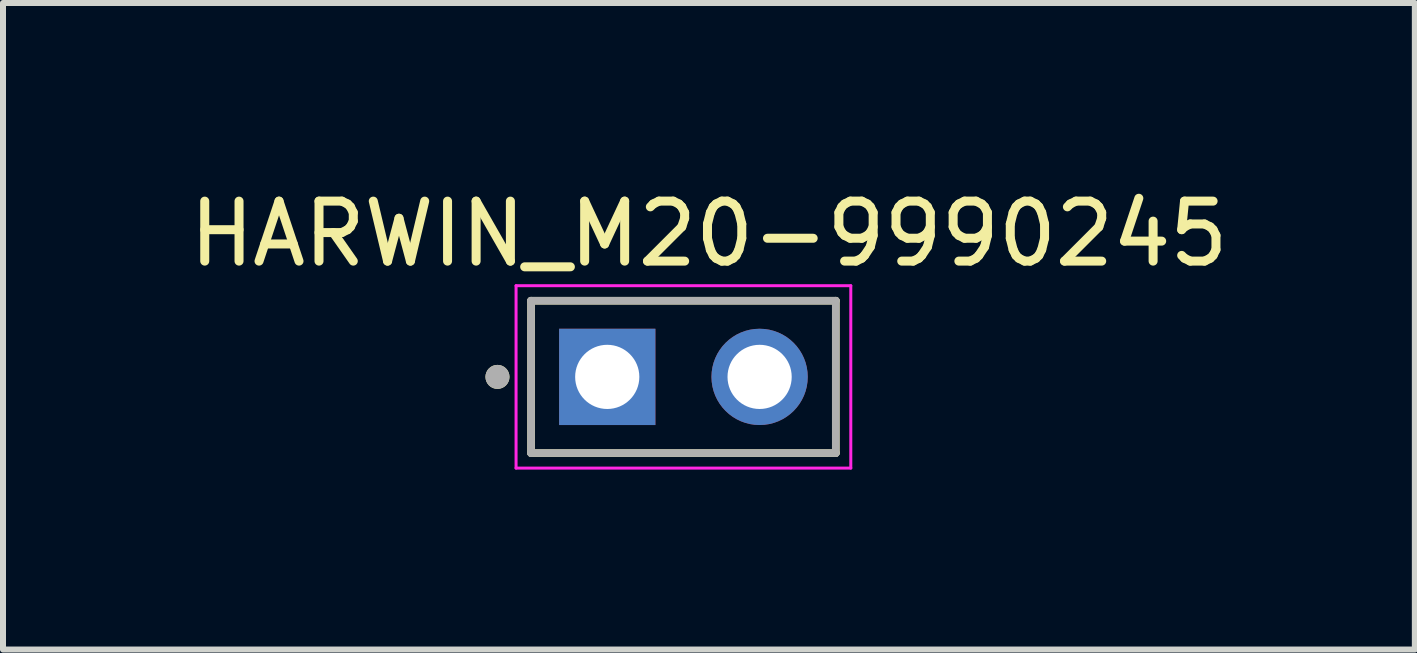
<source format=kicad_pcb>
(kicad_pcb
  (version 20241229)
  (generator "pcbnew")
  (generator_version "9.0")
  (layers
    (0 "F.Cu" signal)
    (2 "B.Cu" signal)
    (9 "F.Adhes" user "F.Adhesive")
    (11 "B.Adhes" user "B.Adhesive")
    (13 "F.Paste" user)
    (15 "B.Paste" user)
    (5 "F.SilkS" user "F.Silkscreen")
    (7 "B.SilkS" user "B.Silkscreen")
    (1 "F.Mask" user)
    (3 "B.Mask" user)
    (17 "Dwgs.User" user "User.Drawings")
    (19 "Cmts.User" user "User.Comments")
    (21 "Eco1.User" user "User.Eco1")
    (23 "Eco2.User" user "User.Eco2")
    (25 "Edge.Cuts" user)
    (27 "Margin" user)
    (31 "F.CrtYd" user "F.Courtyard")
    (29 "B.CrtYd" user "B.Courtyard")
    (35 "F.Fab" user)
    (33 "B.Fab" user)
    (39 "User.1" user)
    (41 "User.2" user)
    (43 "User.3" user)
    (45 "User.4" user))
  (footprint "HARWIN_M20-9990245"
    (layer "F.Cu")
    (at 8.343 3.233)
    (property "Reference" "HARWIN_M20-9990245" (at 0.425 -2.385 0) (layer "F.SilkS") (effects (font (size 1 1) (thickness 0.15))))
    (attr through_hole)
    (fp_line (start -2.54 -1.27) (end 2.54 -1.27) (stroke (width 0.127) (type solid)) (layer "F.SilkS"))
    (fp_line (start -2.54 1.27) (end -2.54 -1.27) (stroke (width 0.127) (type solid)) (layer "F.SilkS"))
    (fp_line (start 2.54 -1.27) (end 2.54 1.27) (stroke (width 0.127) (type solid)) (layer "F.SilkS"))
    (fp_line (start 2.54 1.27) (end -2.54 1.27) (stroke (width 0.127) (type solid)) (layer "F.SilkS"))
    (fp_circle (center -3.1 0) (end -3 0) (stroke (width 0.2) (type solid)) (fill no) (layer "F.SilkS"))
    (fp_line (start -2.79 -1.52) (end 2.79 -1.52) (stroke (width 0.05) (type solid)) (layer "F.CrtYd"))
    (fp_line (start -2.79 1.52) (end -2.79 -1.52) (stroke (width 0.05) (type solid)) (layer "F.CrtYd"))
    (fp_line (start 2.79 -1.52) (end 2.79 1.52) (stroke (width 0.05) (type solid)) (layer "F.CrtYd"))
    (fp_line (start 2.79 1.52) (end -2.79 1.52) (stroke (width 0.05) (type solid)) (layer "F.CrtYd"))
    (fp_line (start -2.54 -1.27) (end 2.54 -1.27) (stroke (width 0.127) (type solid)) (layer "F.Fab"))
    (fp_line (start -2.54 1.27) (end -2.54 -1.27) (stroke (width 0.127) (type solid)) (layer "F.Fab"))
    (fp_line (start 2.54 -1.27) (end 2.54 1.27) (stroke (width 0.127) (type solid)) (layer "F.Fab"))
    (fp_line (start 2.54 1.27) (end -2.54 1.27) (stroke (width 0.127) (type solid)) (layer "F.Fab"))
    (fp_circle (center -3.1 0) (end -3 0) (stroke (width 0.2) (type solid)) (fill no) (layer "F.Fab"))
    (pad "1" thru_hole rect (at -1.27 0) (size 1.605 1.605) (drill 1.07) (layers "*.Cu" "*.Mask"))
    (pad "2" thru_hole circle (at 1.27 0) (size 1.605 1.605) (drill 1.07) (layers "*.Cu" "*.Mask")))
  (gr_rect
    (start -3 -3)
    (end 20.536 7.778)
    (stroke (width 0.1) (type default))
    (fill no)
    (layer "Edge.Cuts")))
</source>
